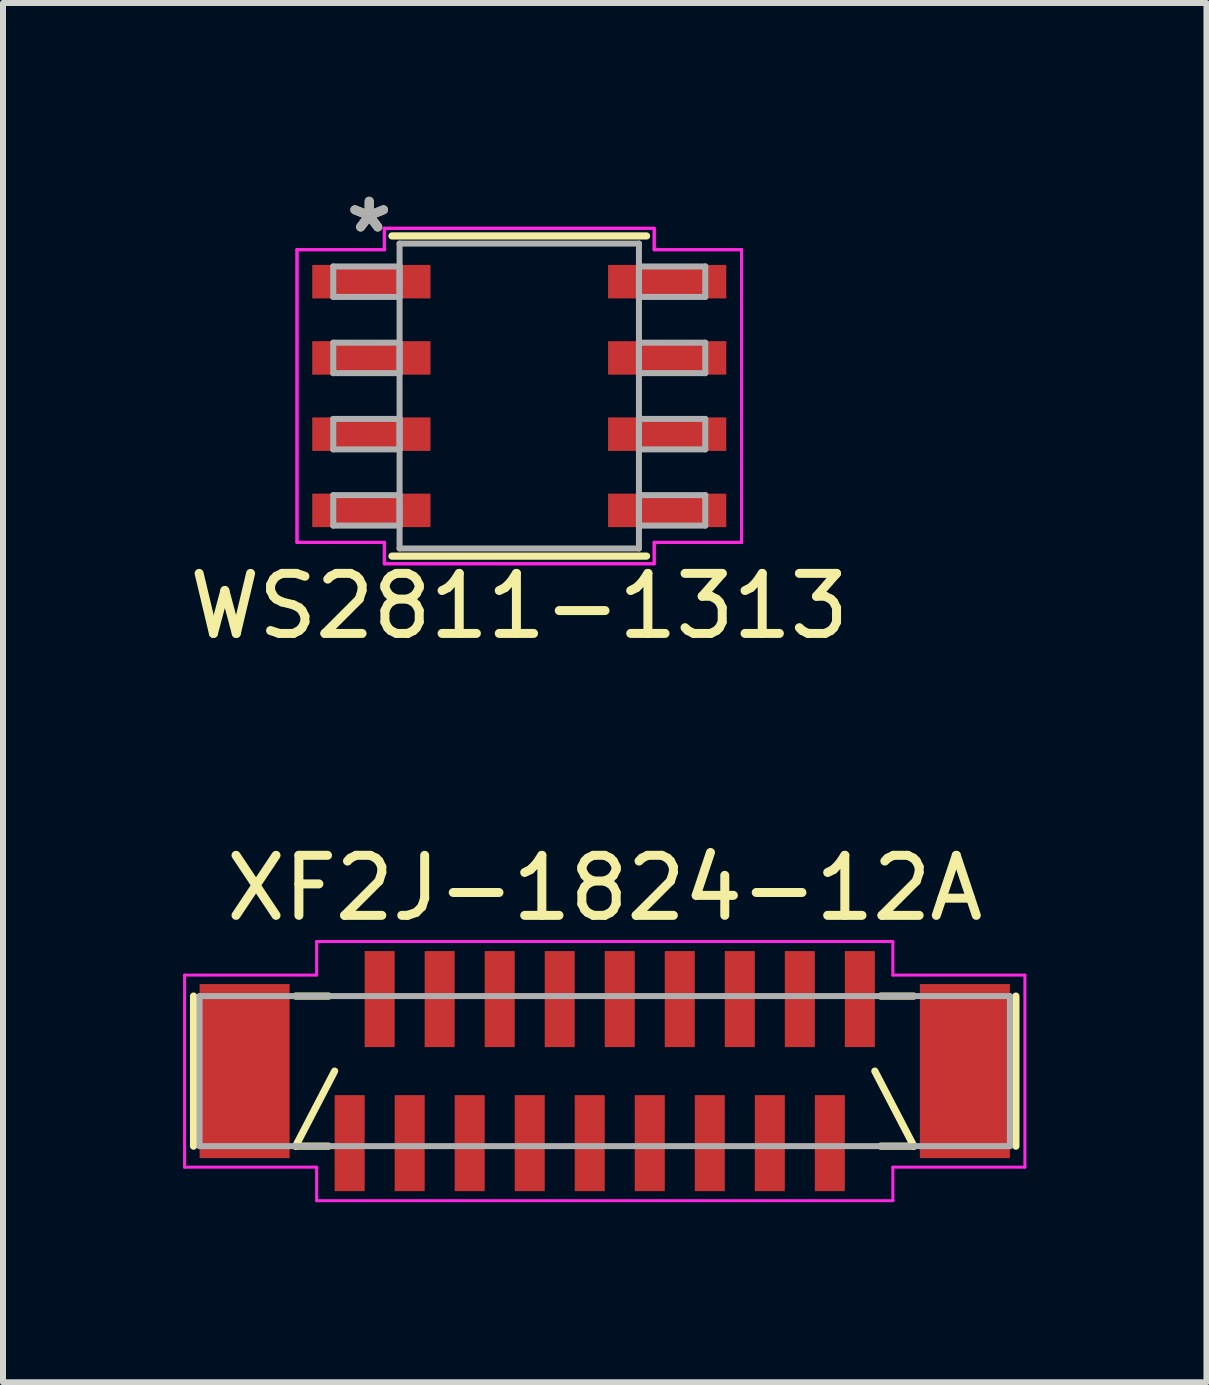
<source format=kicad_pcb>
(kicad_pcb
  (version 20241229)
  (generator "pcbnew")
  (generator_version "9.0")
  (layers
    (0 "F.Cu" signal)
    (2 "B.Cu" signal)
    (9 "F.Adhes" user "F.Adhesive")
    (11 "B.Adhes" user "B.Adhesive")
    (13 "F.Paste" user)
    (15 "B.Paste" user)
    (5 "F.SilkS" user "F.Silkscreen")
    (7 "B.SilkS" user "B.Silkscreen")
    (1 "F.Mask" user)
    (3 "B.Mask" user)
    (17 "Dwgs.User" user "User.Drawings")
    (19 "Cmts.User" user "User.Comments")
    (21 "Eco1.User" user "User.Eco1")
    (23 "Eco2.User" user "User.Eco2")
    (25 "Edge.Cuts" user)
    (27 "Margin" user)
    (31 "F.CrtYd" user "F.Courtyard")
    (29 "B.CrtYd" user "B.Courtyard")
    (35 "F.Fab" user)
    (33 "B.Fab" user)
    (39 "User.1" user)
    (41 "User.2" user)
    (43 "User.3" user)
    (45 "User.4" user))
  (footprint "WS2811-1313"
    (layer "F.Cu")
    (at 5.601 3.548)
    (property "Reference" "WS2811-1313" (at 0 3.5 0) (layer "F.SilkS") (effects (font (size 1 1) (thickness 0.15))))
    (attr through_hole)
    (fp_line (start -2.121 2.667) (end 2.121 2.667) (stroke (width 0.12) (type solid)) (layer "F.SilkS"))
    (fp_line (start 2.121 -2.667) (end -2.121 -2.667) (stroke (width 0.12) (type solid)) (layer "F.SilkS"))
    (fp_line (start -3.703 -2.438) (end -2.248 -2.438) (stroke (width 0.05) (type solid)) (layer "F.CrtYd"))
    (fp_line (start -3.703 -2.438) (end -2.248 -2.438) (stroke (width 0.05) (type solid)) (layer "F.CrtYd"))
    (fp_line (start -3.703 2.438) (end -3.703 -2.438) (stroke (width 0.05) (type solid)) (layer "F.CrtYd"))
    (fp_line (start -3.703 2.438) (end -3.703 -2.438) (stroke (width 0.05) (type solid)) (layer "F.CrtYd"))
    (fp_line (start -3.703 2.438) (end -2.248 2.438) (stroke (width 0.05) (type solid)) (layer "F.CrtYd"))
    (fp_line (start -2.248 -2.794) (end 2.248 -2.794) (stroke (width 0.05) (type solid)) (layer "F.CrtYd"))
    (fp_line (start -2.248 -2.794) (end 2.248 -2.794) (stroke (width 0.05) (type solid)) (layer "F.CrtYd"))
    (fp_line (start -2.248 -2.438) (end -2.248 -2.794) (stroke (width 0.05) (type solid)) (layer "F.CrtYd"))
    (fp_line (start -2.248 -2.438) (end -2.248 -2.794) (stroke (width 0.05) (type solid)) (layer "F.CrtYd"))
    (fp_line (start -2.248 2.438) (end -3.703 2.438) (stroke (width 0.05) (type solid)) (layer "F.CrtYd"))
    (fp_line (start -2.248 2.794) (end -2.248 2.438) (stroke (width 0.05) (type solid)) (layer "F.CrtYd"))
    (fp_line (start -2.248 2.794) (end -2.248 2.438) (stroke (width 0.05) (type solid)) (layer "F.CrtYd"))
    (fp_line (start 2.248 -2.794) (end 2.248 -2.438) (stroke (width 0.05) (type solid)) (layer "F.CrtYd"))
    (fp_line (start 2.248 -2.794) (end 2.248 -2.438) (stroke (width 0.05) (type solid)) (layer "F.CrtYd"))
    (fp_line (start 2.248 -2.438) (end 3.703 -2.438) (stroke (width 0.05) (type solid)) (layer "F.CrtYd"))
    (fp_line (start 2.248 2.438) (end 2.248 2.794) (stroke (width 0.05) (type solid)) (layer "F.CrtYd"))
    (fp_line (start 2.248 2.438) (end 2.248 2.794) (stroke (width 0.05) (type solid)) (layer "F.CrtYd"))
    (fp_line (start 2.248 2.794) (end -2.248 2.794) (stroke (width 0.05) (type solid)) (layer "F.CrtYd"))
    (fp_line (start 2.248 2.794) (end -2.248 2.794) (stroke (width 0.05) (type solid)) (layer "F.CrtYd"))
    (fp_line (start 3.703 -2.438) (end 2.248 -2.438) (stroke (width 0.05) (type solid)) (layer "F.CrtYd"))
    (fp_line (start 3.703 -2.438) (end 3.703 2.438) (stroke (width 0.05) (type solid)) (layer "F.CrtYd"))
    (fp_line (start 3.703 -2.438) (end 3.703 2.438) (stroke (width 0.05) (type solid)) (layer "F.CrtYd"))
    (fp_line (start 3.703 2.438) (end 2.248 2.438) (stroke (width 0.05) (type solid)) (layer "F.CrtYd"))
    (fp_line (start 3.703 2.438) (end 2.248 2.438) (stroke (width 0.05) (type solid)) (layer "F.CrtYd"))
    (fp_line (start -3.099 -2.159) (end -3.099 -1.651) (stroke (width 0.1) (type solid)) (layer "F.Fab"))
    (fp_line (start -3.099 -1.651) (end -1.994 -1.651) (stroke (width 0.1) (type solid)) (layer "F.Fab"))
    (fp_line (start -3.099 -0.889) (end -3.099 -0.381) (stroke (width 0.1) (type solid)) (layer "F.Fab"))
    (fp_line (start -3.099 -0.381) (end -1.994 -0.381) (stroke (width 0.1) (type solid)) (layer "F.Fab"))
    (fp_line (start -3.099 0.381) (end -3.099 0.889) (stroke (width 0.1) (type solid)) (layer "F.Fab"))
    (fp_line (start -3.099 0.889) (end -1.994 0.889) (stroke (width 0.1) (type solid)) (layer "F.Fab"))
    (fp_line (start -3.099 1.651) (end -3.099 2.159) (stroke (width 0.1) (type solid)) (layer "F.Fab"))
    (fp_line (start -3.099 2.159) (end -1.994 2.159) (stroke (width 0.1) (type solid)) (layer "F.Fab"))
    (fp_line (start -1.994 -2.54) (end -1.994 2.54) (stroke (width 0.1) (type solid)) (layer "F.Fab"))
    (fp_line (start -1.994 -2.159) (end -3.099 -2.159) (stroke (width 0.1) (type solid)) (layer "F.Fab"))
    (fp_line (start -1.994 -1.651) (end -1.994 -2.159) (stroke (width 0.1) (type solid)) (layer "F.Fab"))
    (fp_line (start -1.994 -0.889) (end -3.099 -0.889) (stroke (width 0.1) (type solid)) (layer "F.Fab"))
    (fp_line (start -1.994 -0.381) (end -1.994 -0.889) (stroke (width 0.1) (type solid)) (layer "F.Fab"))
    (fp_line (start -1.994 0.381) (end -3.099 0.381) (stroke (width 0.1) (type solid)) (layer "F.Fab"))
    (fp_line (start -1.994 0.889) (end -1.994 0.381) (stroke (width 0.1) (type solid)) (layer "F.Fab"))
    (fp_line (start -1.994 1.651) (end -3.099 1.651) (stroke (width 0.1) (type solid)) (layer "F.Fab"))
    (fp_line (start -1.994 2.159) (end -1.994 1.651) (stroke (width 0.1) (type solid)) (layer "F.Fab"))
    (fp_line (start -1.994 2.54) (end 1.994 2.54) (stroke (width 0.1) (type solid)) (layer "F.Fab"))
    (fp_line (start 1.994 -2.54) (end -1.994 -2.54) (stroke (width 0.1) (type solid)) (layer "F.Fab"))
    (fp_line (start 1.994 -2.159) (end 1.994 -1.651) (stroke (width 0.1) (type solid)) (layer "F.Fab"))
    (fp_line (start 1.994 -1.651) (end 3.099 -1.651) (stroke (width 0.1) (type solid)) (layer "F.Fab"))
    (fp_line (start 1.994 -0.889) (end 1.994 -0.381) (stroke (width 0.1) (type solid)) (layer "F.Fab"))
    (fp_line (start 1.994 -0.381) (end 3.099 -0.381) (stroke (width 0.1) (type solid)) (layer "F.Fab"))
    (fp_line (start 1.994 0.381) (end 1.994 0.889) (stroke (width 0.1) (type solid)) (layer "F.Fab"))
    (fp_line (start 1.994 0.889) (end 3.099 0.889) (stroke (width 0.1) (type solid)) (layer "F.Fab"))
    (fp_line (start 1.994 1.651) (end 1.994 2.159) (stroke (width 0.1) (type solid)) (layer "F.Fab"))
    (fp_line (start 1.994 2.159) (end 3.099 2.159) (stroke (width 0.1) (type solid)) (layer "F.Fab"))
    (fp_line (start 1.994 2.54) (end 1.994 -2.54) (stroke (width 0.1) (type solid)) (layer "F.Fab"))
    (fp_line (start 3.099 -2.159) (end 1.994 -2.159) (stroke (width 0.1) (type solid)) (layer "F.Fab"))
    (fp_line (start 3.099 -1.651) (end 3.099 -2.159) (stroke (width 0.1) (type solid)) (layer "F.Fab"))
    (fp_line (start 3.099 -0.889) (end 1.994 -0.889) (stroke (width 0.1) (type solid)) (layer "F.Fab"))
    (fp_line (start 3.099 -0.381) (end 3.099 -0.889) (stroke (width 0.1) (type solid)) (layer "F.Fab"))
    (fp_line (start 3.099 0.381) (end 1.994 0.381) (stroke (width 0.1) (type solid)) (layer "F.Fab"))
    (fp_line (start 3.099 0.889) (end 3.099 0.381) (stroke (width 0.1) (type solid)) (layer "F.Fab"))
    (fp_line (start 3.099 1.651) (end 1.994 1.651) (stroke (width 0.1) (type solid)) (layer "F.Fab"))
    (fp_line (start 3.099 2.159) (end 3.099 1.651) (stroke (width 0.1) (type solid)) (layer "F.Fab"))
    (fp_text user "*" (at -2.5 -2.7 0) (layer "F.SilkS") (effects (font (size 1 1) (thickness 0.15))))
    (fp_text user "*" (at -2.5 -2.7 0) (layer "F.Fab") (effects (font (size 1 1) (thickness 0.15))))
    (pad "1" smd rect (at -2.464 -1.905) (size 1.97 0.558) (layers "F.Cu" "F.Mask" "F.Paste"))
    (pad "2" smd rect (at -2.464 -0.635) (size 1.97 0.558) (layers "F.Cu" "F.Mask" "F.Paste"))
    (pad "3" smd rect (at -2.464 0.635) (size 1.97 0.558) (layers "F.Cu" "F.Mask" "F.Paste"))
    (pad "4" smd rect (at -2.464 1.905) (size 1.97 0.558) (layers "F.Cu" "F.Mask" "F.Paste"))
    (pad "5" smd rect (at 2.464 1.905) (size 1.97 0.558) (layers "F.Cu" "F.Mask" "F.Paste"))
    (pad "6" smd rect (at 2.464 0.635) (size 1.97 0.558) (layers "F.Cu" "F.Mask" "F.Paste"))
    (pad "7" smd rect (at 2.464 -0.635) (size 1.97 0.558) (layers "F.Cu" "F.Mask" "F.Paste"))
    (pad "8" smd rect (at 2.464 -1.905) (size 1.97 0.558) (layers "F.Cu" "F.Mask" "F.Paste")))
  (footprint "XF2J-1824-12A"
    (layer "F.Cu")
    (at 7.025 14.795)
    (property "Reference" "XF2J-1824-12A" (at 0 -3.05 0) (layer "F.SilkS") (effects (font (size 1 1) (thickness 0.15))))
    (attr smd)
    (fp_line (start -6.85 1.25) (end -6.85 -1.25) (stroke (width 0.12) (type solid)) (layer "F.SilkS"))
    (fp_line (start -4.6 -1.25) (end -5.15 -1.25) (stroke (width 0.12) (type solid)) (layer "F.SilkS"))
    (fp_line (start -4.6 1.25) (end -5.15 1.25) (stroke (width 0.12) (type solid)) (layer "F.SilkS"))
    (fp_line (start -4.5 0) (end -5.15 1.25) (stroke (width 0.12) (type solid)) (layer "F.SilkS"))
    (fp_line (start 4.5 0) (end 5.15 1.25) (stroke (width 0.12) (type solid)) (layer "F.SilkS"))
    (fp_line (start 4.6 1.25) (end 5.15 1.25) (stroke (width 0.12) (type solid)) (layer "F.SilkS"))
    (fp_line (start 5.15 -1.25) (end 4.6 -1.25) (stroke (width 0.12) (type solid)) (layer "F.SilkS"))
    (fp_line (start 6.85 1.25) (end 6.85 -1.25) (stroke (width 0.12) (type solid)) (layer "F.SilkS"))
    (fp_line (start -7 -1.6) (end -7 1.6) (stroke (width 0.05) (type solid)) (layer "F.CrtYd"))
    (fp_line (start -7 -1.6) (end -4.8 -1.6) (stroke (width 0.05) (type solid)) (layer "F.CrtYd"))
    (fp_line (start -7 1.6) (end -4.8 1.6) (stroke (width 0.05) (type solid)) (layer "F.CrtYd"))
    (fp_line (start -4.8 -1.6) (end -4.8 -2.159) (stroke (width 0.05) (type solid)) (layer "F.CrtYd"))
    (fp_line (start -4.8 1.6) (end -4.8 2.159) (stroke (width 0.05) (type solid)) (layer "F.CrtYd"))
    (fp_line (start -4.8 2.159) (end 4.8 2.159) (stroke (width 0.05) (type solid)) (layer "F.CrtYd"))
    (fp_line (start 4.8 -2.159) (end -4.8 -2.159) (stroke (width 0.05) (type solid)) (layer "F.CrtYd"))
    (fp_line (start 4.8 -1.6) (end 4.8 -2.159) (stroke (width 0.05) (type solid)) (layer "F.CrtYd"))
    (fp_line (start 4.8 1.6) (end 4.8 2.159) (stroke (width 0.05) (type solid)) (layer "F.CrtYd"))
    (fp_line (start 7 -1.6) (end 4.8 -1.6) (stroke (width 0.05) (type solid)) (layer "F.CrtYd"))
    (fp_line (start 7 1.6) (end 4.8 1.6) (stroke (width 0.05) (type solid)) (layer "F.CrtYd"))
    (fp_line (start 7 1.6) (end 7 -1.6) (stroke (width 0.05) (type solid)) (layer "F.CrtYd"))
    (fp_line (start -6.75 1.25) (end -6.75 -1.25) (stroke (width 0.1) (type solid)) (layer "F.Fab"))
    (fp_line (start 6.75 -1.25) (end -6.75 -1.25) (stroke (width 0.1) (type solid)) (layer "F.Fab"))
    (fp_line (start 6.75 1.25) (end -6.75 1.25) (stroke (width 0.1) (type solid)) (layer "F.Fab"))
    (fp_line (start 6.75 1.25) (end 6.75 -1.25) (stroke (width 0.1) (type solid)) (layer "F.Fab"))
    (pad "1" smd rect (at -4.25 1.2) (size 0.5 1.6) (layers "F.Cu" "F.Mask" "F.Paste"))
    (pad "2" smd rect (at -3.75 -1.2) (size 0.5 1.6) (layers "F.Cu" "F.Mask" "F.Paste"))
    (pad "3" smd rect (at -3.25 1.2) (size 0.5 1.6) (layers "F.Cu" "F.Mask" "F.Paste"))
    (pad "4" smd rect (at -2.75 -1.2) (size 0.5 1.6) (layers "F.Cu" "F.Mask" "F.Paste"))
    (pad "5" smd rect (at -2.25 1.2) (size 0.5 1.6) (layers "F.Cu" "F.Mask" "F.Paste"))
    (pad "6" smd rect (at -1.75 -1.2) (size 0.5 1.6) (layers "F.Cu" "F.Mask" "F.Paste"))
    (pad "7" smd rect (at -1.25 1.2) (size 0.5 1.6) (layers "F.Cu" "F.Mask" "F.Paste"))
    (pad "8" smd rect (at -0.75 -1.2) (size 0.5 1.6) (layers "F.Cu" "F.Mask" "F.Paste"))
    (pad "9" smd rect (at -0.25 1.2) (size 0.5 1.6) (layers "F.Cu" "F.Mask" "F.Paste"))
    (pad "10" smd rect (at 0.25 -1.2) (size 0.5 1.6) (layers "F.Cu" "F.Mask" "F.Paste"))
    (pad "11" smd rect (at 0.75 1.2) (size 0.5 1.6) (layers "F.Cu" "F.Mask" "F.Paste"))
    (pad "12" smd rect (at 1.25 -1.2) (size 0.5 1.6) (layers "F.Cu" "F.Mask" "F.Paste"))
    (pad "13" smd rect (at 1.75 1.2) (size 0.5 1.6) (layers "F.Cu" "F.Mask" "F.Paste"))
    (pad "14" smd rect (at 2.25 -1.2) (size 0.5 1.6) (layers "F.Cu" "F.Mask" "F.Paste"))
    (pad "15" smd rect (at 2.75 1.2) (size 0.5 1.6) (layers "F.Cu" "F.Mask" "F.Paste"))
    (pad "16" smd rect (at 3.25 -1.2) (size 0.5 1.6) (layers "F.Cu" "F.Mask" "F.Paste"))
    (pad "17" smd rect (at 3.75 1.2) (size 0.5 1.6) (layers "F.Cu" "F.Mask" "F.Paste"))
    (pad "18" smd rect (at 4.25 -1.2) (size 0.5 1.6) (layers "F.Cu" "F.Mask" "F.Paste"))
    (pad "19" smd rect (at -6 0) (size 1.5 2.9) (layers "F.Cu" "F.Mask" "F.Paste"))
    (pad "20" smd rect (at 6 0) (size 1.5 2.9) (layers "F.Cu" "F.Mask" "F.Paste")))
  (gr_rect
    (start -3 -3)
    (end 17.05 19.979)
    (stroke (width 0.1) (type default))
    (fill no)
    (layer "Edge.Cuts")))
</source>
